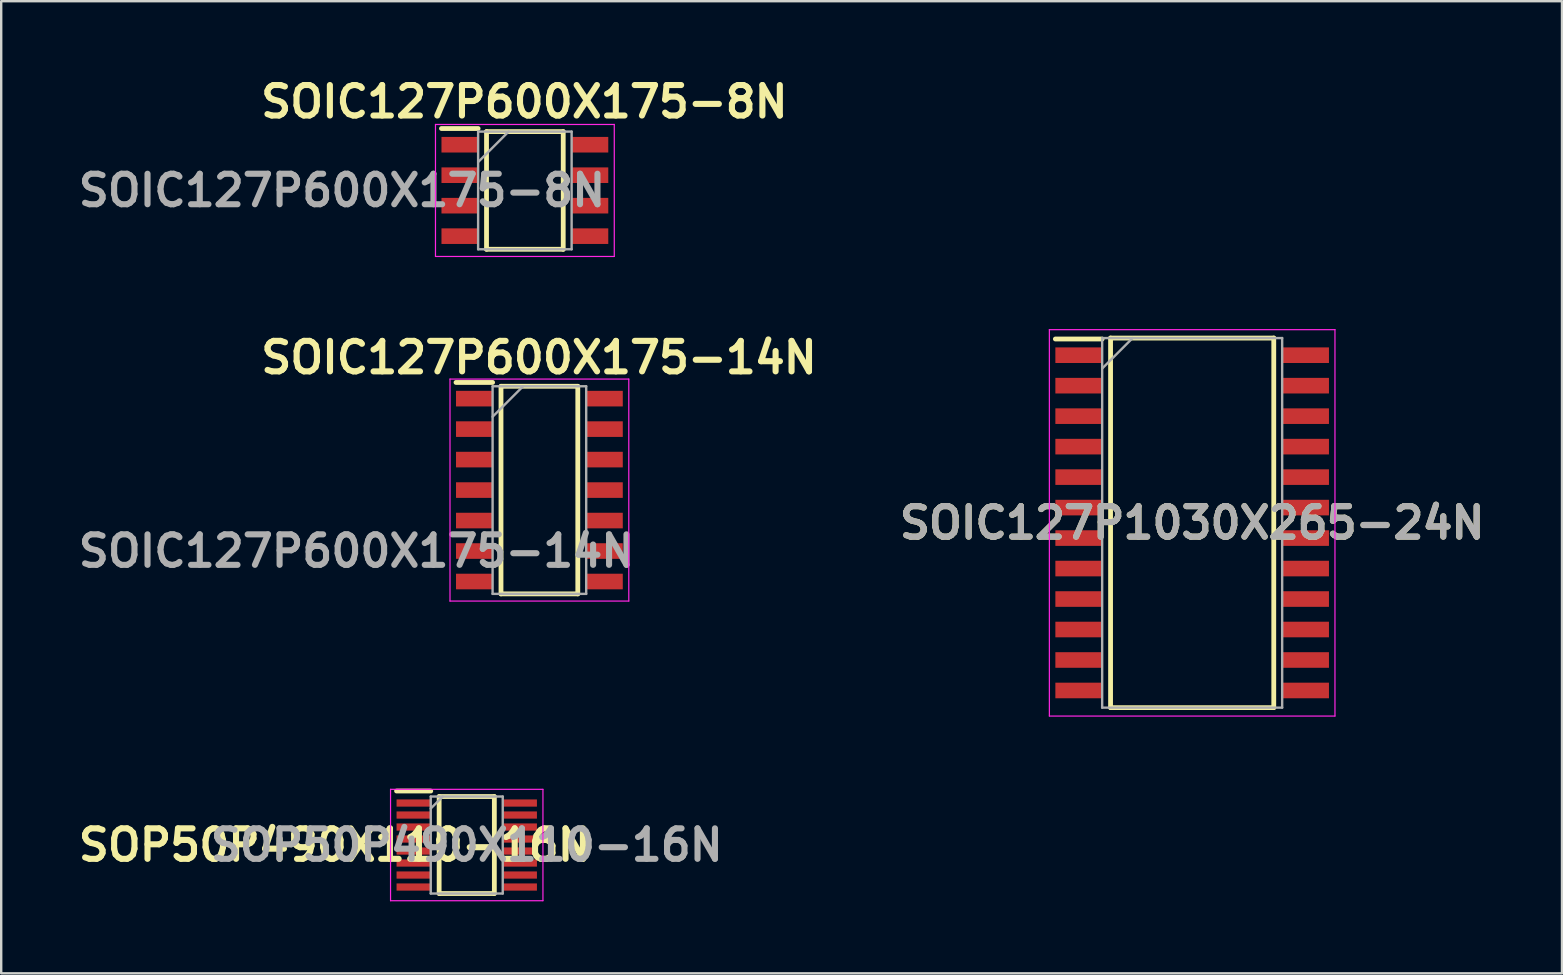
<source format=kicad_pcb>
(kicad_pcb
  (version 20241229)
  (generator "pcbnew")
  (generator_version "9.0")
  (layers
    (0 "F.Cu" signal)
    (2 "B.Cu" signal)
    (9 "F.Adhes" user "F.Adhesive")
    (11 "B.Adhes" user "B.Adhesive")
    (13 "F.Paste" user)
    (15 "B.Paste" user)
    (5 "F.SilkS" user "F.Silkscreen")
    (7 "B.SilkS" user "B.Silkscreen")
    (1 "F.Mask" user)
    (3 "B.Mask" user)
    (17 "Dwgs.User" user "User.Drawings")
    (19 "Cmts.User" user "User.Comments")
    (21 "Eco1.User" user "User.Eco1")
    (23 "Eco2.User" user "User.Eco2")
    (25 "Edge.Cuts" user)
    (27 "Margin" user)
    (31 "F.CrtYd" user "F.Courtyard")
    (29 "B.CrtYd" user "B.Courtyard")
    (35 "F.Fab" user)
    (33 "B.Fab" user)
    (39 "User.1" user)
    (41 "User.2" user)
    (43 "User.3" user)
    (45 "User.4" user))
  (footprint "SOP50P490X110-16N"
    (layer "F.Cu")
    (at 16.398 32.16)
    (property "Reference" "SOP50P490X110-16N" (at -5.5 0 0) (layer "F.SilkS") (effects (font (size 1.27 1.27) (thickness 0.254))))
    (attr smd)
    (fp_line (start -2.925 -2.25) (end -1.5 -2.25) (stroke (width 0.2) (type solid)) (layer "F.SilkS"))
    (fp_line (start -1.15 -2.02) (end 1.15 -2.02) (stroke (width 0.2) (type solid)) (layer "F.SilkS"))
    (fp_line (start -1.15 2.02) (end -1.15 -2.02) (stroke (width 0.2) (type solid)) (layer "F.SilkS"))
    (fp_line (start 1.15 -2.02) (end 1.15 2.02) (stroke (width 0.2) (type solid)) (layer "F.SilkS"))
    (fp_line (start 1.15 2.02) (end -1.15 2.02) (stroke (width 0.2) (type solid)) (layer "F.SilkS"))
    (fp_line (start -3.175 -2.32) (end 3.175 -2.32) (stroke (width 0.05) (type solid)) (layer "F.CrtYd"))
    (fp_line (start -3.175 2.32) (end -3.175 -2.32) (stroke (width 0.05) (type solid)) (layer "F.CrtYd"))
    (fp_line (start 3.175 -2.32) (end 3.175 2.32) (stroke (width 0.05) (type solid)) (layer "F.CrtYd"))
    (fp_line (start 3.175 2.32) (end -3.175 2.32) (stroke (width 0.05) (type solid)) (layer "F.CrtYd"))
    (fp_line (start -1.5 -2.02) (end 1.5 -2.02) (stroke (width 0.1) (type solid)) (layer "F.Fab"))
    (fp_line (start -1.5 -1.52) (end -1 -2.02) (stroke (width 0.1) (type solid)) (layer "F.Fab"))
    (fp_line (start -1.5 2.02) (end -1.5 -2.02) (stroke (width 0.1) (type solid)) (layer "F.Fab"))
    (fp_line (start 1.5 -2.02) (end 1.5 2.02) (stroke (width 0.1) (type solid)) (layer "F.Fab"))
    (fp_line (start 1.5 2.02) (end -1.5 2.02) (stroke (width 0.1) (type solid)) (layer "F.Fab"))
    (fp_text user "${REFERENCE}" (at 0 0 0) (layer "F.Fab") (effects (font (size 1.27 1.27) (thickness 0.254))))
    (pad "1" smd rect (at -2.212 -1.75 90) (size 0.3 1.425) (layers "F.Cu" "F.Mask" "F.Paste"))
    (pad "2" smd rect (at -2.212 -1.25 90) (size 0.3 1.425) (layers "F.Cu" "F.Mask" "F.Paste"))
    (pad "3" smd rect (at -2.212 -0.75 90) (size 0.3 1.425) (layers "F.Cu" "F.Mask" "F.Paste"))
    (pad "4" smd rect (at -2.212 -0.25 90) (size 0.3 1.425) (layers "F.Cu" "F.Mask" "F.Paste"))
    (pad "5" smd rect (at -2.212 0.25 90) (size 0.3 1.425) (layers "F.Cu" "F.Mask" "F.Paste"))
    (pad "6" smd rect (at -2.212 0.75 90) (size 0.3 1.425) (layers "F.Cu" "F.Mask" "F.Paste"))
    (pad "7" smd rect (at -2.212 1.25 90) (size 0.3 1.425) (layers "F.Cu" "F.Mask" "F.Paste"))
    (pad "8" smd rect (at -2.212 1.75 90) (size 0.3 1.425) (layers "F.Cu" "F.Mask" "F.Paste"))
    (pad "9" smd rect (at 2.212 1.75 90) (size 0.3 1.425) (layers "F.Cu" "F.Mask" "F.Paste"))
    (pad "10" smd rect (at 2.212 1.25 90) (size 0.3 1.425) (layers "F.Cu" "F.Mask" "F.Paste"))
    (pad "11" smd rect (at 2.212 0.75 90) (size 0.3 1.425) (layers "F.Cu" "F.Mask" "F.Paste"))
    (pad "12" smd rect (at 2.212 0.25 90) (size 0.3 1.425) (layers "F.Cu" "F.Mask" "F.Paste"))
    (pad "13" smd rect (at 2.212 -0.25 90) (size 0.3 1.425) (layers "F.Cu" "F.Mask" "F.Paste"))
    (pad "14" smd rect (at 2.212 -0.75 90) (size 0.3 1.425) (layers "F.Cu" "F.Mask" "F.Paste"))
    (pad "15" smd rect (at 2.212 -1.25 90) (size 0.3 1.425) (layers "F.Cu" "F.Mask" "F.Paste"))
    (pad "16" smd rect (at 2.212 -1.75 90) (size 0.3 1.425) (layers "F.Cu" "F.Mask" "F.Paste")))
  (footprint "SOIC127P1030X265-24N"
    (layer "F.Cu")
    (at 46.624 18.735)
    (property "Reference" "SOIC127P1030X265-24N" (at 0 0 0) (layer "F.SilkS") (effects (font (size 1.27 1.27) (thickness 0.254))))
    (attr smd)
    (fp_line (start -5.7 -7.66) (end -3.75 -7.66) (stroke (width 0.2) (type solid)) (layer "F.SilkS"))
    (fp_line (start -3.4 -7.7) (end 3.4 -7.7) (stroke (width 0.2) (type solid)) (layer "F.SilkS"))
    (fp_line (start -3.4 7.7) (end -3.4 -7.7) (stroke (width 0.2) (type solid)) (layer "F.SilkS"))
    (fp_line (start 3.4 -7.7) (end 3.4 7.7) (stroke (width 0.2) (type solid)) (layer "F.SilkS"))
    (fp_line (start 3.4 7.7) (end -3.4 7.7) (stroke (width 0.2) (type solid)) (layer "F.SilkS"))
    (fp_line (start -5.95 -8.05) (end 5.95 -8.05) (stroke (width 0.05) (type solid)) (layer "F.CrtYd"))
    (fp_line (start -5.95 8.05) (end -5.95 -8.05) (stroke (width 0.05) (type solid)) (layer "F.CrtYd"))
    (fp_line (start 5.95 -8.05) (end 5.95 8.05) (stroke (width 0.05) (type solid)) (layer "F.CrtYd"))
    (fp_line (start 5.95 8.05) (end -5.95 8.05) (stroke (width 0.05) (type solid)) (layer "F.CrtYd"))
    (fp_line (start -3.75 -7.7) (end 3.75 -7.7) (stroke (width 0.1) (type solid)) (layer "F.Fab"))
    (fp_line (start -3.75 -6.43) (end -2.48 -7.7) (stroke (width 0.1) (type solid)) (layer "F.Fab"))
    (fp_line (start -3.75 7.7) (end -3.75 -7.7) (stroke (width 0.1) (type solid)) (layer "F.Fab"))
    (fp_line (start 3.75 -7.7) (end 3.75 7.7) (stroke (width 0.1) (type solid)) (layer "F.Fab"))
    (fp_line (start 3.75 7.7) (end -3.75 7.7) (stroke (width 0.1) (type solid)) (layer "F.Fab"))
    (fp_text user "${REFERENCE}" (at 0 0 0) (layer "F.Fab") (effects (font (size 1.27 1.27) (thickness 0.254))))
    (pad "1" smd rect (at -4.725 -6.985 90) (size 0.65 1.95) (layers "F.Cu" "F.Mask" "F.Paste"))
    (pad "2" smd rect (at -4.725 -5.715 90) (size 0.65 1.95) (layers "F.Cu" "F.Mask" "F.Paste"))
    (pad "3" smd rect (at -4.725 -4.445 90) (size 0.65 1.95) (layers "F.Cu" "F.Mask" "F.Paste"))
    (pad "4" smd rect (at -4.725 -3.175 90) (size 0.65 1.95) (layers "F.Cu" "F.Mask" "F.Paste"))
    (pad "5" smd rect (at -4.725 -1.905 90) (size 0.65 1.95) (layers "F.Cu" "F.Mask" "F.Paste"))
    (pad "6" smd rect (at -4.725 -0.635 90) (size 0.65 1.95) (layers "F.Cu" "F.Mask" "F.Paste"))
    (pad "7" smd rect (at -4.725 0.635 90) (size 0.65 1.95) (layers "F.Cu" "F.Mask" "F.Paste"))
    (pad "8" smd rect (at -4.725 1.905 90) (size 0.65 1.95) (layers "F.Cu" "F.Mask" "F.Paste"))
    (pad "9" smd rect (at -4.725 3.175 90) (size 0.65 1.95) (layers "F.Cu" "F.Mask" "F.Paste"))
    (pad "10" smd rect (at -4.725 4.445 90) (size 0.65 1.95) (layers "F.Cu" "F.Mask" "F.Paste"))
    (pad "11" smd rect (at -4.725 5.715 90) (size 0.65 1.95) (layers "F.Cu" "F.Mask" "F.Paste"))
    (pad "12" smd rect (at -4.725 6.985 90) (size 0.65 1.95) (layers "F.Cu" "F.Mask" "F.Paste"))
    (pad "13" smd rect (at 4.725 6.985 90) (size 0.65 1.95) (layers "F.Cu" "F.Mask" "F.Paste"))
    (pad "14" smd rect (at 4.725 5.715 90) (size 0.65 1.95) (layers "F.Cu" "F.Mask" "F.Paste"))
    (pad "15" smd rect (at 4.725 4.445 90) (size 0.65 1.95) (layers "F.Cu" "F.Mask" "F.Paste"))
    (pad "16" smd rect (at 4.725 3.175 90) (size 0.65 1.95) (layers "F.Cu" "F.Mask" "F.Paste"))
    (pad "17" smd rect (at 4.725 1.905 90) (size 0.65 1.95) (layers "F.Cu" "F.Mask" "F.Paste"))
    (pad "18" smd rect (at 4.725 0.635 90) (size 0.65 1.95) (layers "F.Cu" "F.Mask" "F.Paste"))
    (pad "19" smd rect (at 4.725 -0.635 90) (size 0.65 1.95) (layers "F.Cu" "F.Mask" "F.Paste"))
    (pad "20" smd rect (at 4.725 -1.905 90) (size 0.65 1.95) (layers "F.Cu" "F.Mask" "F.Paste"))
    (pad "21" smd rect (at 4.725 -3.175 90) (size 0.65 1.95) (layers "F.Cu" "F.Mask" "F.Paste"))
    (pad "22" smd rect (at 4.725 -4.445 90) (size 0.65 1.95) (layers "F.Cu" "F.Mask" "F.Paste"))
    (pad "23" smd rect (at 4.725 -5.715 90) (size 0.65 1.95) (layers "F.Cu" "F.Mask" "F.Paste"))
    (pad "24" smd rect (at 4.725 -6.985 90) (size 0.65 1.95) (layers "F.Cu" "F.Mask" "F.Paste")))
  (footprint "SOIC127P600X175-14N"
    (layer "F.Cu")
    (at 19.425 17.37)
    (property "Reference" "SOIC127P600X175-14N" (at -0.016 -5.521 0) (layer "F.SilkS") (effects (font (size 1.27 1.27) (thickness 0.254))))
    (attr smd)
    (fp_line (start -3.475 -4.485) (end -1.95 -4.485) (stroke (width 0.2) (type solid)) (layer "F.SilkS"))
    (fp_line (start -1.6 -4.325) (end 1.6 -4.325) (stroke (width 0.2) (type solid)) (layer "F.SilkS"))
    (fp_line (start -1.6 4.325) (end -1.6 -4.325) (stroke (width 0.2) (type solid)) (layer "F.SilkS"))
    (fp_line (start 1.6 -4.325) (end 1.6 4.325) (stroke (width 0.2) (type solid)) (layer "F.SilkS"))
    (fp_line (start 1.6 4.325) (end -1.6 4.325) (stroke (width 0.2) (type solid)) (layer "F.SilkS"))
    (fp_line (start -3.725 -4.625) (end 3.725 -4.625) (stroke (width 0.05) (type solid)) (layer "F.CrtYd"))
    (fp_line (start -3.725 4.625) (end -3.725 -4.625) (stroke (width 0.05) (type solid)) (layer "F.CrtYd"))
    (fp_line (start 3.725 -4.625) (end 3.725 4.625) (stroke (width 0.05) (type solid)) (layer "F.CrtYd"))
    (fp_line (start 3.725 4.625) (end -3.725 4.625) (stroke (width 0.05) (type solid)) (layer "F.CrtYd"))
    (fp_line (start -1.95 -4.325) (end 1.95 -4.325) (stroke (width 0.1) (type solid)) (layer "F.Fab"))
    (fp_line (start -1.95 -3.055) (end -0.68 -4.325) (stroke (width 0.1) (type solid)) (layer "F.Fab"))
    (fp_line (start -1.95 4.325) (end -1.95 -4.325) (stroke (width 0.1) (type solid)) (layer "F.Fab"))
    (fp_line (start 1.95 -4.325) (end 1.95 4.325) (stroke (width 0.1) (type solid)) (layer "F.Fab"))
    (fp_line (start 1.95 4.325) (end -1.95 4.325) (stroke (width 0.1) (type solid)) (layer "F.Fab"))
    (fp_text user "${REFERENCE}" (at -7.62 2.54 0) (layer "F.Fab") (effects (font (size 1.27 1.27) (thickness 0.254))))
    (pad "1" smd rect (at -2.712 -3.81 90) (size 0.65 1.525) (layers "F.Cu" "F.Mask" "F.Paste"))
    (pad "2" smd rect (at -2.712 -2.54 90) (size 0.65 1.525) (layers "F.Cu" "F.Mask" "F.Paste"))
    (pad "3" smd rect (at -2.712 -1.27 90) (size 0.65 1.525) (layers "F.Cu" "F.Mask" "F.Paste"))
    (pad "4" smd rect (at -2.712 0 90) (size 0.65 1.525) (layers "F.Cu" "F.Mask" "F.Paste"))
    (pad "5" smd rect (at -2.712 1.27 90) (size 0.65 1.525) (layers "F.Cu" "F.Mask" "F.Paste"))
    (pad "6" smd rect (at -2.712 2.54 90) (size 0.65 1.525) (layers "F.Cu" "F.Mask" "F.Paste"))
    (pad "7" smd rect (at -2.712 3.81 90) (size 0.65 1.525) (layers "F.Cu" "F.Mask" "F.Paste"))
    (pad "8" smd rect (at 2.712 3.81 90) (size 0.65 1.525) (layers "F.Cu" "F.Mask" "F.Paste"))
    (pad "9" smd rect (at 2.712 2.54 90) (size 0.65 1.525) (layers "F.Cu" "F.Mask" "F.Paste"))
    (pad "10" smd rect (at 2.712 1.27 90) (size 0.65 1.525) (layers "F.Cu" "F.Mask" "F.Paste"))
    (pad "11" smd rect (at 2.712 0 90) (size 0.65 1.525) (layers "F.Cu" "F.Mask" "F.Paste"))
    (pad "12" smd rect (at 2.712 -1.27 90) (size 0.65 1.525) (layers "F.Cu" "F.Mask" "F.Paste"))
    (pad "13" smd rect (at 2.712 -2.54 90) (size 0.65 1.525) (layers "F.Cu" "F.Mask" "F.Paste"))
    (pad "14" smd rect (at 2.712 -3.81 90) (size 0.65 1.525) (layers "F.Cu" "F.Mask" "F.Paste")))
  (footprint "SOIC127P600X175-8N"
    (layer "F.Cu")
    (at 18.82 4.885)
    (property "Reference" "SOIC127P600X175-8N" (at -0.021 -3.696 0) (layer "F.SilkS") (effects (font (size 1.27 1.27) (thickness 0.254))))
    (attr smd)
    (fp_line (start -3.475 -2.58) (end -1.948 -2.58) (stroke (width 0.2) (type solid)) (layer "F.SilkS"))
    (fp_line (start -1.598 -2.452) (end 1.598 -2.452) (stroke (width 0.2) (type solid)) (layer "F.SilkS"))
    (fp_line (start -1.598 2.452) (end -1.598 -2.452) (stroke (width 0.2) (type solid)) (layer "F.SilkS"))
    (fp_line (start 1.598 -2.452) (end 1.598 2.452) (stroke (width 0.2) (type solid)) (layer "F.SilkS"))
    (fp_line (start 1.598 2.452) (end -1.598 2.452) (stroke (width 0.2) (type solid)) (layer "F.SilkS"))
    (fp_line (start -3.725 -2.75) (end 3.725 -2.75) (stroke (width 0.05) (type solid)) (layer "F.CrtYd"))
    (fp_line (start -3.725 2.75) (end -3.725 -2.75) (stroke (width 0.05) (type solid)) (layer "F.CrtYd"))
    (fp_line (start 3.725 -2.75) (end 3.725 2.75) (stroke (width 0.05) (type solid)) (layer "F.CrtYd"))
    (fp_line (start 3.725 2.75) (end -3.725 2.75) (stroke (width 0.05) (type solid)) (layer "F.CrtYd"))
    (fp_line (start -1.948 -2.452) (end 1.948 -2.452) (stroke (width 0.1) (type solid)) (layer "F.Fab"))
    (fp_line (start -1.948 -1.182) (end -0.678 -2.452) (stroke (width 0.1) (type solid)) (layer "F.Fab"))
    (fp_line (start -1.948 2.452) (end -1.948 -2.452) (stroke (width 0.1) (type solid)) (layer "F.Fab"))
    (fp_line (start 1.948 -2.452) (end 1.948 2.452) (stroke (width 0.1) (type solid)) (layer "F.Fab"))
    (fp_line (start 1.948 2.452) (end -1.948 2.452) (stroke (width 0.1) (type solid)) (layer "F.Fab"))
    (fp_text user "${REFERENCE}" (at -7.62 0 0) (layer "F.Fab") (effects (font (size 1.27 1.27) (thickness 0.254))))
    (pad "1" smd rect (at -2.711 -1.905 90) (size 0.65 1.528) (layers "F.Cu" "F.Mask" "F.Paste"))
    (pad "2" smd rect (at -2.711 -0.635 90) (size 0.65 1.528) (layers "F.Cu" "F.Mask" "F.Paste"))
    (pad "3" smd rect (at -2.711 0.635 90) (size 0.65 1.528) (layers "F.Cu" "F.Mask" "F.Paste"))
    (pad "4" smd rect (at -2.711 1.905 90) (size 0.65 1.528) (layers "F.Cu" "F.Mask" "F.Paste"))
    (pad "5" smd rect (at 2.711 1.905 90) (size 0.65 1.528) (layers "F.Cu" "F.Mask" "F.Paste"))
    (pad "6" smd rect (at 2.711 0.635 90) (size 0.65 1.528) (layers "F.Cu" "F.Mask" "F.Paste"))
    (pad "7" smd rect (at 2.711 -0.635 90) (size 0.65 1.528) (layers "F.Cu" "F.Mask" "F.Paste"))
    (pad "8" smd rect (at 2.711 -1.905 90) (size 0.65 1.528) (layers "F.Cu" "F.Mask" "F.Paste")))
  (gr_rect
    (start -3 -3)
    (end 62.034 37.505)
    (stroke (width 0.1) (type default))
    (fill no)
    (layer "Edge.Cuts")))
</source>
